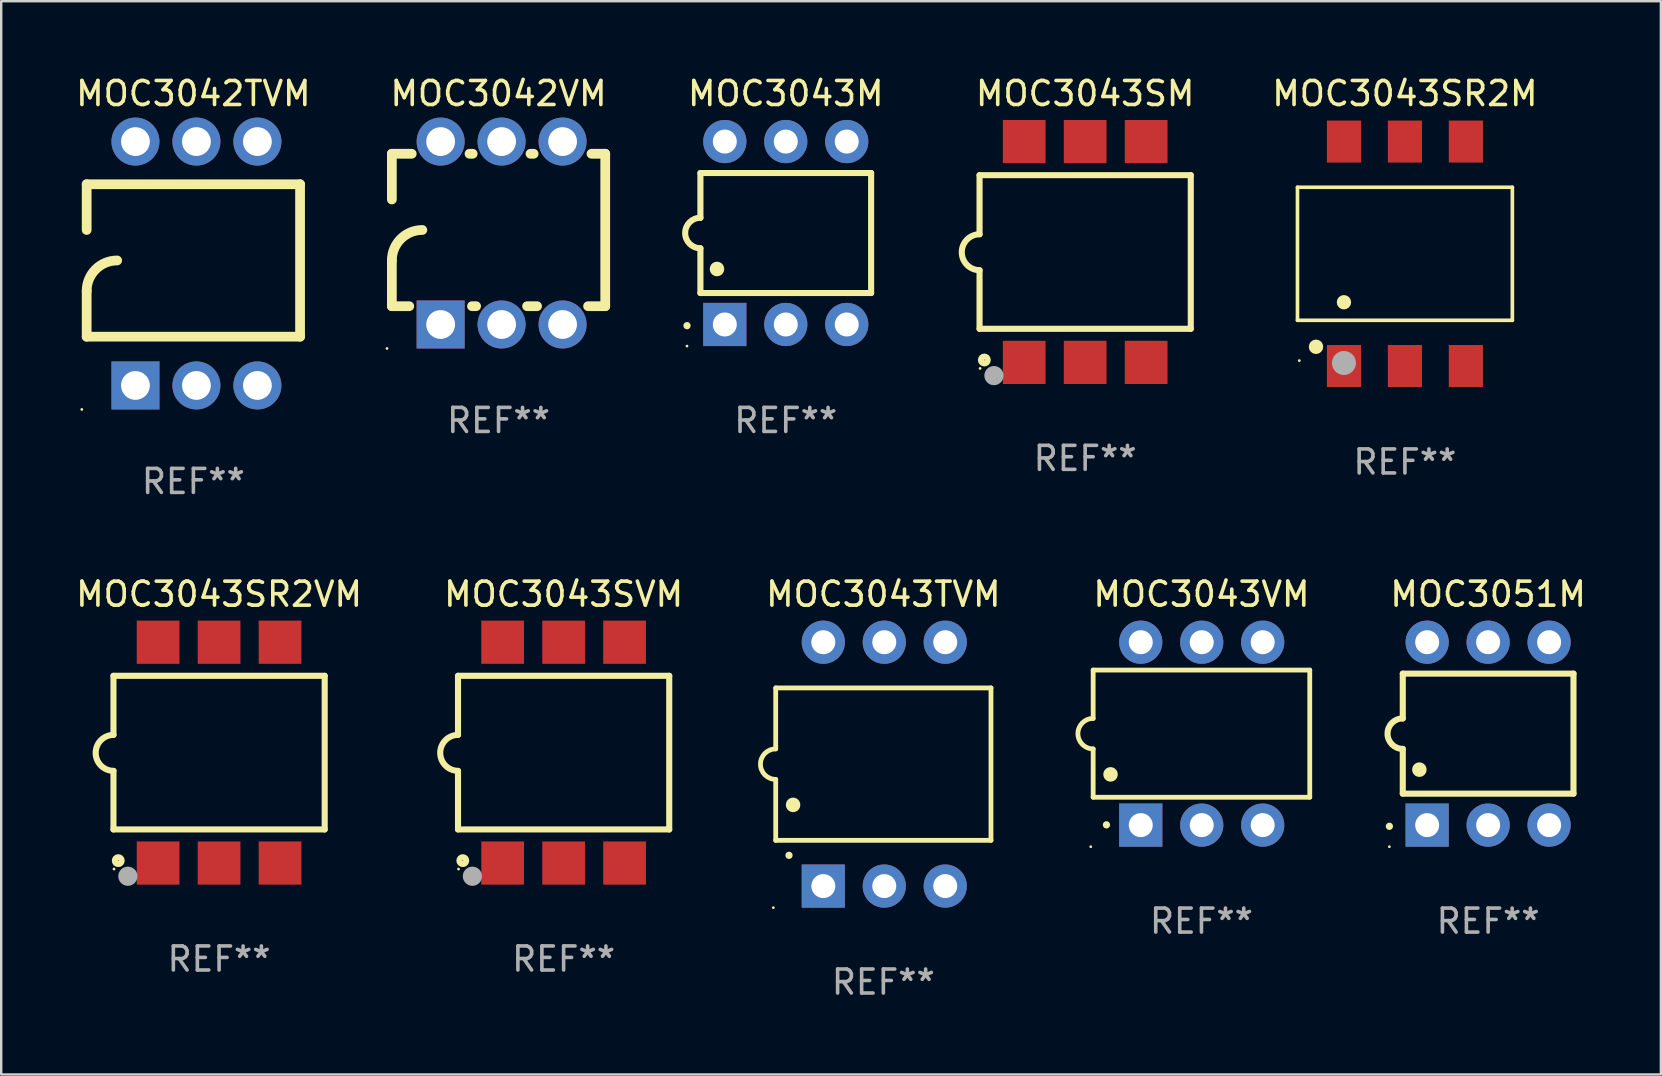
<source format=kicad_pcb>
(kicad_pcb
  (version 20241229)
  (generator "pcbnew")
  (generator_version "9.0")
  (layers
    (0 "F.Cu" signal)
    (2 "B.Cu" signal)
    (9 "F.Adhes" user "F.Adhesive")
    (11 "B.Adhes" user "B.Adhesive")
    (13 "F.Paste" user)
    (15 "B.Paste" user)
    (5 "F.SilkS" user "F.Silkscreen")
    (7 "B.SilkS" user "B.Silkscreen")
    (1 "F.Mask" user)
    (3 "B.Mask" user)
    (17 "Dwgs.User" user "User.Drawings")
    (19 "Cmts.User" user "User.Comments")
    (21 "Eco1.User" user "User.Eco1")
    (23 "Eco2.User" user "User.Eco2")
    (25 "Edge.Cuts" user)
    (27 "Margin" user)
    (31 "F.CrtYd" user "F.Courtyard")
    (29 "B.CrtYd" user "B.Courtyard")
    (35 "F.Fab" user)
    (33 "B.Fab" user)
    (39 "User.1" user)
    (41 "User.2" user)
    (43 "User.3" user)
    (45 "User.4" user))
  (footprint "MOC3043SR2VM"
    (layer "F.Cu")
    (at 6.077 28.305)
    (property "Reference" "MOC3043SR2VM" (at 0 -6.6 0) (layer "F.SilkS") (effects (font (size 1 1) (thickness 0.15))))
    (attr through_hole)
    (fp_line (start -4.4 -3.2) (end 4.4 -3.2) (stroke (width 0.254) (type solid)) (layer "F.SilkS"))
    (fp_line (start -4.4 -0.74) (end -4.4 -3.2) (stroke (width 0.254) (type solid)) (layer "F.SilkS"))
    (fp_line (start -4.4 3.2) (end -4.4 0.76) (stroke (width 0.254) (type solid)) (layer "F.SilkS"))
    (fp_line (start 4.4 -3.2) (end 4.4 3.2) (stroke (width 0.254) (type solid)) (layer "F.SilkS"))
    (fp_line (start 4.4 3.2) (end -4.4 3.2) (stroke (width 0.254) (type solid)) (layer "F.SilkS"))
    (fp_arc (start -4.4 0.76002) (mid -5.148869 0.010084) (end -4.399289 -0.73914) (stroke (width 0.254001) (type solid)) (layer "F.SilkS"))
    (fp_circle (center -4.377 4.85) (end -4.347 4.85) (stroke (width 0.06) (type solid)) (fill no) (layer "F.SilkS"))
    (fp_circle (center -4.2 4.5) (end -4.058 4.5) (stroke (width 0.254) (type solid)) (fill no) (layer "F.SilkS"))
    (fp_circle (center -3.8 5.15) (end -3.6 5.15) (stroke (width 0.4) (type solid)) (fill no) (layer "F.Fab"))
    (fp_text user "REF**" (at 0 8.6 0) (layer "F.Fab") (effects (font (size 1 1) (thickness 0.15))))
    (pad "1" smd rect (at -2.54 4.6) (size 1.78 1.8) (layers "F.Cu" "F.Mask" "F.Paste"))
    (pad "2" smd rect (at 0 4.6) (size 1.78 1.8) (layers "F.Cu" "F.Mask" "F.Paste"))
    (pad "3" smd rect (at 2.54 4.6) (size 1.78 1.8) (layers "F.Cu" "F.Mask" "F.Paste"))
    (pad "4" smd rect (at 2.54 -4.6) (size 1.78 1.8) (layers "F.Cu" "F.Mask" "F.Paste"))
    (pad "5" smd rect (at 0 -4.6) (size 1.78 1.8) (layers "F.Cu" "F.Mask" "F.Paste"))
    (pad "6" smd rect (at -2.54 -4.6) (size 1.78 1.8) (layers "F.Cu" "F.Mask" "F.Paste")))
  (footprint "MOC3051M"
    (layer "F.Cu")
    (at 58.947 27.515)
    (property "Reference" "MOC3051M" (at 0 -5.81 0) (layer "F.SilkS") (effects (font (size 1 1) (thickness 0.15))))
    (attr through_hole)
    (fp_line (start -3.556 -2.5) (end 3.556 -2.5) (stroke (width 0.254) (type solid)) (layer "F.SilkS"))
    (fp_line (start -3.556 -0.635) (end -3.556 -2.5) (stroke (width 0.254) (type solid)) (layer "F.SilkS"))
    (fp_line (start -3.556 0.635) (end -3.556 2.5) (stroke (width 0.254) (type solid)) (layer "F.SilkS"))
    (fp_line (start -3.556 2.5) (end 3.556 2.5) (stroke (width 0.254) (type solid)) (layer "F.SilkS"))
    (fp_line (start 3.556 -2.5) (end 3.556 2.5) (stroke (width 0.254) (type solid)) (layer "F.SilkS"))
    (fp_arc (start -4.114808 3.860808) (mid -4.114813 3.859538) (end -4.114808 3.858268) (stroke (width 0.3) (type solid)) (layer "F.SilkS"))
    (fp_arc (start -3.556007 0.635001) (mid -4.191008 0) (end -3.556007 -0.635001) (stroke (width 0.254001) (type solid)) (layer "F.SilkS"))
    (fp_arc (start -2.865405 1.501143) (mid -2.865416 1.498603) (end -2.865405 1.496063) (stroke (width 0.6) (type solid)) (layer "F.SilkS"))
    (fp_circle (center -4.115 4.71) (end -4.085 4.71) (stroke (width 0.06) (type solid)) (fill no) (layer "F.SilkS"))
    (fp_text user "REF**" (at 0 7.81 0) (layer "F.Fab") (effects (font (size 1 1) (thickness 0.15))))
    (pad "1" thru_hole rect (at -2.54 3.81 90) (size 1.8 1.8) (drill 1) (layers "*.Cu" "*.Mask"))
    (pad "2" thru_hole circle (at 0 3.81) (size 1.8 1.8) (drill 1) (layers "*.Cu" "*.Mask"))
    (pad "3" thru_hole circle (at 2.54 3.81) (size 1.8 1.8) (drill 1) (layers "*.Cu" "*.Mask"))
    (pad "4" thru_hole circle (at 2.54 -3.81) (size 1.8 1.8) (drill 1) (layers "*.Cu" "*.Mask"))
    (pad "5" thru_hole circle (at 0 -3.81) (size 1.8 1.8) (drill 1) (layers "*.Cu" "*.Mask"))
    (pad "6" thru_hole circle (at -2.54 -3.81) (size 1.8 1.8) (drill 1) (layers "*.Cu" "*.Mask")))
  (footprint "MOC3043SR2M"
    (layer "F.Cu")
    (at 55.48 7.523)
    (property "Reference" "MOC3043SR2M" (at 0 -6.675 0) (layer "F.SilkS") (effects (font (size 1 1) (thickness 0.15))))
    (attr through_hole)
    (fp_line (start -4.476 -2.771) (end 4.476 -2.771) (stroke (width 0.152) (type solid)) (layer "F.SilkS"))
    (fp_line (start -4.476 2.771) (end -4.476 -2.771) (stroke (width 0.152) (type solid)) (layer "F.SilkS"))
    (fp_line (start 4.476 -2.771) (end 4.476 2.771) (stroke (width 0.152) (type solid)) (layer "F.SilkS"))
    (fp_line (start 4.476 2.771) (end -4.476 2.771) (stroke (width 0.152) (type solid)) (layer "F.SilkS"))
    (fp_circle (center -4.4 4.45) (end -4.37 4.45) (stroke (width 0.06) (type solid)) (fill no) (layer "F.SilkS"))
    (fp_circle (center -3.704 3.875) (end -3.553 3.875) (stroke (width 0.3) (type solid)) (fill no) (layer "F.SilkS"))
    (fp_circle (center -2.54 2.019) (end -2.39 2.019) (stroke (width 0.3) (type solid)) (fill no) (layer "F.SilkS"))
    (fp_circle (center -2.54 4.55) (end -2.29 4.55) (stroke (width 0.5) (type solid)) (fill no) (layer "F.Fab"))
    (fp_text user "REF**" (at 0 8.675 0) (layer "F.Fab") (effects (font (size 1 1) (thickness 0.15))))
    (pad "1" smd rect (at -2.54 4.675) (size 1.422 1.75) (layers "F.Cu" "F.Mask" "F.Paste"))
    (pad "2" smd rect (at 0 4.675) (size 1.422 1.75) (layers "F.Cu" "F.Mask" "F.Paste"))
    (pad "3" smd rect (at 2.54 4.675) (size 1.422 1.75) (layers "F.Cu" "F.Mask" "F.Paste"))
    (pad "4" smd rect (at 2.54 -4.675) (size 1.422 1.75) (layers "F.Cu" "F.Mask" "F.Paste"))
    (pad "5" smd rect (at 0 -4.675) (size 1.422 1.75) (layers "F.Cu" "F.Mask" "F.Paste"))
    (pad "6" smd rect (at -2.54 -4.675) (size 1.422 1.75) (layers "F.Cu" "F.Mask" "F.Paste")))
  (footprint "MOC3042VM"
    (layer "F.Cu")
    (at 17.72 6.658)
    (property "Reference" "MOC3042VM" (at 0 -5.81 0) (layer "F.SilkS") (effects (font (size 1 1) (thickness 0.15))))
    (attr through_hole)
    (fp_line (start -4.445 -1.397) (end -4.445 -3.302) (stroke (width 0.406) (type solid)) (layer "F.SilkS"))
    (fp_line (start -4.445 3.048) (end -4.445 1.143) (stroke (width 0.406) (type solid)) (layer "F.SilkS"))
    (fp_line (start -4.445 3.048) (end -3.72 3.048) (stroke (width 0.406) (type solid)) (layer "F.SilkS"))
    (fp_line (start -3.617 -3.302) (end -4.445 -3.302) (stroke (width 0.406) (type solid)) (layer "F.SilkS"))
    (fp_line (start -1.106 3.048) (end -0.935 3.048) (stroke (width 0.406) (type solid)) (layer "F.SilkS"))
    (fp_line (start -1.077 -3.302) (end -1.209 -3.302) (stroke (width 0.406) (type solid)) (layer "F.SilkS"))
    (fp_line (start 1.189 3.048) (end 1.605 3.048) (stroke (width 0.406) (type solid)) (layer "F.SilkS"))
    (fp_line (start 1.463 -3.302) (end 1.331 -3.302) (stroke (width 0.406) (type solid)) (layer "F.SilkS"))
    (fp_line (start 3.729 3.048) (end 4.445 3.048) (stroke (width 0.406) (type solid)) (layer "F.SilkS"))
    (fp_line (start 4.445 -3.302) (end 3.871 -3.302) (stroke (width 0.406) (type solid)) (layer "F.SilkS"))
    (fp_line (start 4.445 -3.302) (end 4.445 3.048) (stroke (width 0.406) (type solid)) (layer "F.SilkS"))
    (fp_arc (start -4.444983 1.143002) (mid -4.073008 0.244974) (end -3.17498 -0.127) (stroke (width 0.4064) (type solid)) (layer "F.SilkS"))
    (fp_circle (center -4.648 4.81) (end -4.618 4.81) (stroke (width 0.06) (type solid)) (fill no) (layer "F.SilkS"))
    (fp_text user "REF**" (at 0 7.81 0) (layer "F.Fab") (effects (font (size 1 1) (thickness 0.15))))
    (pad "1" thru_hole rect (at -2.413 3.81 90) (size 2 2) (drill 1.2) (layers "*.Cu" "*.Mask"))
    (pad "2" thru_hole circle (at 0.127 3.81) (size 2 2) (drill 1.2) (layers "*.Cu" "*.Mask"))
    (pad "3" thru_hole circle (at 2.667 3.81) (size 2 2) (drill 1.2) (layers "*.Cu" "*.Mask"))
    (pad "4" thru_hole circle (at 2.667 -3.81) (size 2 2) (drill 1.2) (layers "*.Cu" "*.Mask"))
    (pad "5" thru_hole circle (at 0.127 -3.81) (size 2 2) (drill 1.2) (layers "*.Cu" "*.Mask"))
    (pad "6" thru_hole circle (at -2.413 -3.81) (size 2 2) (drill 1.2) (layers "*.Cu" "*.Mask")))
  (footprint "MOC3042TVM"
    (layer "F.Cu")
    (at 5.006 7.928)
    (property "Reference" "MOC3042TVM" (at 0 -7.08 0) (layer "F.SilkS") (effects (font (size 1 1) (thickness 0.15))))
    (attr through_hole)
    (fp_line (start -4.445 -3.302) (end 4.445 -3.302) (stroke (width 0.406) (type solid)) (layer "F.SilkS"))
    (fp_line (start -4.445 -1.397) (end -4.445 -3.302) (stroke (width 0.406) (type solid)) (layer "F.SilkS"))
    (fp_line (start -4.445 3.048) (end -4.445 1.143) (stroke (width 0.406) (type solid)) (layer "F.SilkS"))
    (fp_line (start -4.445 3.048) (end 4.445 3.048) (stroke (width 0.406) (type solid)) (layer "F.SilkS"))
    (fp_line (start 4.445 -3.302) (end 4.445 3.048) (stroke (width 0.406) (type solid)) (layer "F.SilkS"))
    (fp_arc (start -4.444983 1.143002) (mid -4.073008 0.244974) (end -3.17498 -0.127) (stroke (width 0.4064) (type solid)) (layer "F.SilkS"))
    (fp_circle (center -4.648 6.08) (end -4.618 6.08) (stroke (width 0.06) (type solid)) (fill no) (layer "F.SilkS"))
    (fp_text user "REF**" (at 0 9.08 0) (layer "F.Fab") (effects (font (size 1 1) (thickness 0.15))))
    (pad "1" thru_hole rect (at -2.413 5.08 90) (size 2 2) (drill 1.2) (layers "*.Cu" "*.Mask"))
    (pad "2" thru_hole circle (at 0.127 5.08) (size 2 2) (drill 1.2) (layers "*.Cu" "*.Mask"))
    (pad "3" thru_hole circle (at 2.667 5.08) (size 2 2) (drill 1.2) (layers "*.Cu" "*.Mask"))
    (pad "4" thru_hole circle (at 2.667 -5.08) (size 2 2) (drill 1.2) (layers "*.Cu" "*.Mask"))
    (pad "5" thru_hole circle (at 0.127 -5.08) (size 2 2) (drill 1.2) (layers "*.Cu" "*.Mask"))
    (pad "6" thru_hole circle (at -2.413 -5.08) (size 2 2) (drill 1.2) (layers "*.Cu" "*.Mask")))
  (footprint "MOC3043TVM"
    (layer "F.Cu")
    (at 33.751 28.785)
    (property "Reference" "MOC3043TVM" (at 0 -7.08 0) (layer "F.SilkS") (effects (font (size 1 1) (thickness 0.15))))
    (attr through_hole)
    (fp_line (start -4.484 -3.175) (end 4.484 -3.175) (stroke (width 0.2) (type solid)) (layer "F.SilkS"))
    (fp_line (start -4.484 -0.635) (end -4.484 -3.175) (stroke (width 0.2) (type solid)) (layer "F.SilkS"))
    (fp_line (start -4.484 0.635) (end -4.484 3.175) (stroke (width 0.2) (type solid)) (layer "F.SilkS"))
    (fp_line (start -4.484 3.175) (end 4.484 3.175) (stroke (width 0.2) (type solid)) (layer "F.SilkS"))
    (fp_line (start 4.484 -3.175) (end 4.484 3.175) (stroke (width 0.2) (type solid)) (layer "F.SilkS"))
    (fp_arc (start -4.484379 0.635001) (mid -5.11938 0) (end -4.484379 -0.635001) (stroke (width 0.2) (type solid)) (layer "F.SilkS"))
    (fp_arc (start -3.930658 3.799848) (mid -3.930663 3.798578) (end -3.930658 3.797308) (stroke (width 0.3) (type solid)) (layer "F.SilkS"))
    (fp_arc (start -3.760478 1.699263) (mid -3.760489 1.696723) (end -3.760478 1.694183) (stroke (width 0.6) (type solid)) (layer "F.SilkS"))
    (fp_circle (center -4.584 5.98) (end -4.554 5.98) (stroke (width 0.06) (type solid)) (fill no) (layer "F.SilkS"))
    (fp_text user "REF**" (at 0 9.08 0) (layer "F.Fab") (effects (font (size 1 1) (thickness 0.15))))
    (pad "1" thru_hole rect (at -2.501 5.08 90) (size 1.8 1.8) (drill 1) (layers "*.Cu" "*.Mask"))
    (pad "2" thru_hole circle (at 0.039 5.08) (size 1.8 1.8) (drill 1) (layers "*.Cu" "*.Mask"))
    (pad "3" thru_hole circle (at 2.579 5.08) (size 1.8 1.8) (drill 1) (layers "*.Cu" "*.Mask"))
    (pad "4" thru_hole circle (at 2.579 -5.08) (size 1.8 1.8) (drill 1) (layers "*.Cu" "*.Mask"))
    (pad "5" thru_hole circle (at 0.039 -5.08) (size 1.8 1.8) (drill 1) (layers "*.Cu" "*.Mask"))
    (pad "6" thru_hole circle (at -2.501 -5.08) (size 1.8 1.8) (drill 1) (layers "*.Cu" "*.Mask")))
  (footprint "MOC3043M"
    (layer "F.Cu")
    (at 29.686 6.658)
    (property "Reference" "MOC3043M" (at 0 -5.81 0) (layer "F.SilkS") (effects (font (size 1 1) (thickness 0.15))))
    (attr through_hole)
    (fp_line (start -3.556 -2.5) (end 3.556 -2.5) (stroke (width 0.254) (type solid)) (layer "F.SilkS"))
    (fp_line (start -3.556 -0.635) (end -3.556 -2.5) (stroke (width 0.254) (type solid)) (layer "F.SilkS"))
    (fp_line (start -3.556 0.635) (end -3.556 2.5) (stroke (width 0.254) (type solid)) (layer "F.SilkS"))
    (fp_line (start -3.556 2.5) (end 3.556 2.5) (stroke (width 0.254) (type solid)) (layer "F.SilkS"))
    (fp_line (start 3.556 -2.5) (end 3.556 2.5) (stroke (width 0.254) (type solid)) (layer "F.SilkS"))
    (fp_arc (start -4.114808 3.860808) (mid -4.114813 3.859538) (end -4.114808 3.858268) (stroke (width 0.3) (type solid)) (layer "F.SilkS"))
    (fp_arc (start -3.556007 0.635001) (mid -4.191008 0) (end -3.556007 -0.635001) (stroke (width 0.254001) (type solid)) (layer "F.SilkS"))
    (fp_arc (start -2.865405 1.501143) (mid -2.865416 1.498603) (end -2.865405 1.496063) (stroke (width 0.6) (type solid)) (layer "F.SilkS"))
    (fp_circle (center -4.115 4.71) (end -4.085 4.71) (stroke (width 0.06) (type solid)) (fill no) (layer "F.SilkS"))
    (fp_text user "REF**" (at 0 7.81 0) (layer "F.Fab") (effects (font (size 1 1) (thickness 0.15))))
    (pad "1" thru_hole rect (at -2.54 3.81 90) (size 1.8 1.8) (drill 1) (layers "*.Cu" "*.Mask"))
    (pad "2" thru_hole circle (at 0 3.81) (size 1.8 1.8) (drill 1) (layers "*.Cu" "*.Mask"))
    (pad "3" thru_hole circle (at 2.54 3.81) (size 1.8 1.8) (drill 1) (layers "*.Cu" "*.Mask"))
    (pad "4" thru_hole circle (at 2.54 -3.81) (size 1.8 1.8) (drill 1) (layers "*.Cu" "*.Mask"))
    (pad "5" thru_hole circle (at 0 -3.81) (size 1.8 1.8) (drill 1) (layers "*.Cu" "*.Mask"))
    (pad "6" thru_hole circle (at -2.54 -3.81) (size 1.8 1.8) (drill 1) (layers "*.Cu" "*.Mask")))
  (footprint "MOC3043SM"
    (layer "F.Cu")
    (at 42.159 7.448)
    (property "Reference" "MOC3043SM" (at 0 -6.6 0) (layer "F.SilkS") (effects (font (size 1 1) (thickness 0.15))))
    (attr through_hole)
    (fp_line (start -4.4 -3.2) (end 4.4 -3.2) (stroke (width 0.254) (type solid)) (layer "F.SilkS"))
    (fp_line (start -4.4 -0.74) (end -4.4 -3.2) (stroke (width 0.254) (type solid)) (layer "F.SilkS"))
    (fp_line (start -4.4 3.2) (end -4.4 0.76) (stroke (width 0.254) (type solid)) (layer "F.SilkS"))
    (fp_line (start 4.4 -3.2) (end 4.4 3.2) (stroke (width 0.254) (type solid)) (layer "F.SilkS"))
    (fp_line (start 4.4 3.2) (end -4.4 3.2) (stroke (width 0.254) (type solid)) (layer "F.SilkS"))
    (fp_arc (start -4.4 0.76002) (mid -5.148869 0.010084) (end -4.399289 -0.73914) (stroke (width 0.254001) (type solid)) (layer "F.SilkS"))
    (fp_circle (center -4.377 4.85) (end -4.347 4.85) (stroke (width 0.06) (type solid)) (fill no) (layer "F.SilkS"))
    (fp_circle (center -4.2 4.5) (end -4.058 4.5) (stroke (width 0.254) (type solid)) (fill no) (layer "F.SilkS"))
    (fp_circle (center -3.8 5.15) (end -3.6 5.15) (stroke (width 0.4) (type solid)) (fill no) (layer "F.Fab"))
    (fp_text user "REF**" (at 0 8.6 0) (layer "F.Fab") (effects (font (size 1 1) (thickness 0.15))))
    (pad "1" smd rect (at -2.54 4.6) (size 1.78 1.8) (layers "F.Cu" "F.Mask" "F.Paste"))
    (pad "2" smd rect (at 0 4.6) (size 1.78 1.8) (layers "F.Cu" "F.Mask" "F.Paste"))
    (pad "3" smd rect (at 2.54 4.6) (size 1.78 1.8) (layers "F.Cu" "F.Mask" "F.Paste"))
    (pad "4" smd rect (at 2.54 -4.6) (size 1.78 1.8) (layers "F.Cu" "F.Mask" "F.Paste"))
    (pad "5" smd rect (at 0 -4.6) (size 1.78 1.8) (layers "F.Cu" "F.Mask" "F.Paste"))
    (pad "6" smd rect (at -2.54 -4.6) (size 1.78 1.8) (layers "F.Cu" "F.Mask" "F.Paste")))
  (footprint "MOC3043VM"
    (layer "F.Cu")
    (at 47.004 27.515)
    (property "Reference" "MOC3043VM" (at 0 -5.81 0) (layer "F.SilkS") (effects (font (size 1 1) (thickness 0.15))))
    (attr through_hole)
    (fp_line (start -4.512 -2.649) (end 4.512 -2.649) (stroke (width 0.2) (type solid)) (layer "F.SilkS"))
    (fp_line (start -4.512 -0.635) (end -4.512 -2.649) (stroke (width 0.2) (type solid)) (layer "F.SilkS"))
    (fp_line (start -4.512 2.649) (end -4.512 0.635) (stroke (width 0.2) (type solid)) (layer "F.SilkS"))
    (fp_line (start 4.512 -2.649) (end 4.512 2.649) (stroke (width 0.2) (type solid)) (layer "F.SilkS"))
    (fp_line (start 4.512 2.649) (end -4.512 2.649) (stroke (width 0.2) (type solid)) (layer "F.SilkS"))
    (fp_arc (start -4.512319 0.635001) (mid -5.14732 0) (end -4.512319 -0.635001) (stroke (width 0.2) (type solid)) (layer "F.SilkS"))
    (fp_arc (start -3.958598 3.799848) (mid -3.958603 3.798578) (end -3.958598 3.797308) (stroke (width 0.3) (type solid)) (layer "F.SilkS"))
    (fp_arc (start -3.788418 1.699263) (mid -3.788429 1.696723) (end -3.788418 1.694183) (stroke (width 0.6) (type solid)) (layer "F.SilkS"))
    (fp_circle (center -4.612 4.71) (end -4.582 4.71) (stroke (width 0.06) (type solid)) (fill no) (layer "F.SilkS"))
    (fp_text user "REF**" (at 0 7.81 0) (layer "F.Fab") (effects (font (size 1 1) (thickness 0.15))))
    (pad "1" thru_hole rect (at -2.529 3.81 90) (size 1.8 1.8) (drill 1) (layers "*.Cu" "*.Mask"))
    (pad "2" thru_hole circle (at 0.011 3.81) (size 1.8 1.8) (drill 1) (layers "*.Cu" "*.Mask"))
    (pad "3" thru_hole circle (at 2.551 3.81) (size 1.8 1.8) (drill 1) (layers "*.Cu" "*.Mask"))
    (pad "4" thru_hole circle (at 2.551 -3.81) (size 1.8 1.8) (drill 1) (layers "*.Cu" "*.Mask"))
    (pad "5" thru_hole circle (at 0.011 -3.81) (size 1.8 1.8) (drill 1) (layers "*.Cu" "*.Mask"))
    (pad "6" thru_hole circle (at -2.529 -3.81) (size 1.8 1.8) (drill 1) (layers "*.Cu" "*.Mask")))
  (footprint "MOC3043SVM"
    (layer "F.Cu")
    (at 20.431 28.305)
    (property "Reference" "MOC3043SVM" (at 0 -6.6 0) (layer "F.SilkS") (effects (font (size 1 1) (thickness 0.15))))
    (attr through_hole)
    (fp_line (start -4.4 -3.2) (end 4.4 -3.2) (stroke (width 0.254) (type solid)) (layer "F.SilkS"))
    (fp_line (start -4.4 -0.74) (end -4.4 -3.2) (stroke (width 0.254) (type solid)) (layer "F.SilkS"))
    (fp_line (start -4.4 3.2) (end -4.4 0.76) (stroke (width 0.254) (type solid)) (layer "F.SilkS"))
    (fp_line (start 4.4 -3.2) (end 4.4 3.2) (stroke (width 0.254) (type solid)) (layer "F.SilkS"))
    (fp_line (start 4.4 3.2) (end -4.4 3.2) (stroke (width 0.254) (type solid)) (layer "F.SilkS"))
    (fp_arc (start -4.4 0.76002) (mid -5.148869 0.010084) (end -4.399289 -0.73914) (stroke (width 0.254001) (type solid)) (layer "F.SilkS"))
    (fp_circle (center -4.377 4.85) (end -4.347 4.85) (stroke (width 0.06) (type solid)) (fill no) (layer "F.SilkS"))
    (fp_circle (center -4.2 4.5) (end -4.058 4.5) (stroke (width 0.254) (type solid)) (fill no) (layer "F.SilkS"))
    (fp_circle (center -3.8 5.15) (end -3.6 5.15) (stroke (width 0.4) (type solid)) (fill no) (layer "F.Fab"))
    (fp_text user "REF**" (at 0 8.6 0) (layer "F.Fab") (effects (font (size 1 1) (thickness 0.15))))
    (pad "1" smd rect (at -2.54 4.6) (size 1.78 1.8) (layers "F.Cu" "F.Mask" "F.Paste"))
    (pad "2" smd rect (at 0 4.6) (size 1.78 1.8) (layers "F.Cu" "F.Mask" "F.Paste"))
    (pad "3" smd rect (at 2.54 4.6) (size 1.78 1.8) (layers "F.Cu" "F.Mask" "F.Paste"))
    (pad "4" smd rect (at 2.54 -4.6) (size 1.78 1.8) (layers "F.Cu" "F.Mask" "F.Paste"))
    (pad "5" smd rect (at 0 -4.6) (size 1.78 1.8) (layers "F.Cu" "F.Mask" "F.Paste"))
    (pad "6" smd rect (at -2.54 -4.6) (size 1.78 1.8) (layers "F.Cu" "F.Mask" "F.Paste")))
  (gr_rect
    (start -3 -3)
    (end 66.144 41.713)
    (stroke (width 0.1) (type default))
    (fill no)
    (layer "Edge.Cuts")))
</source>
